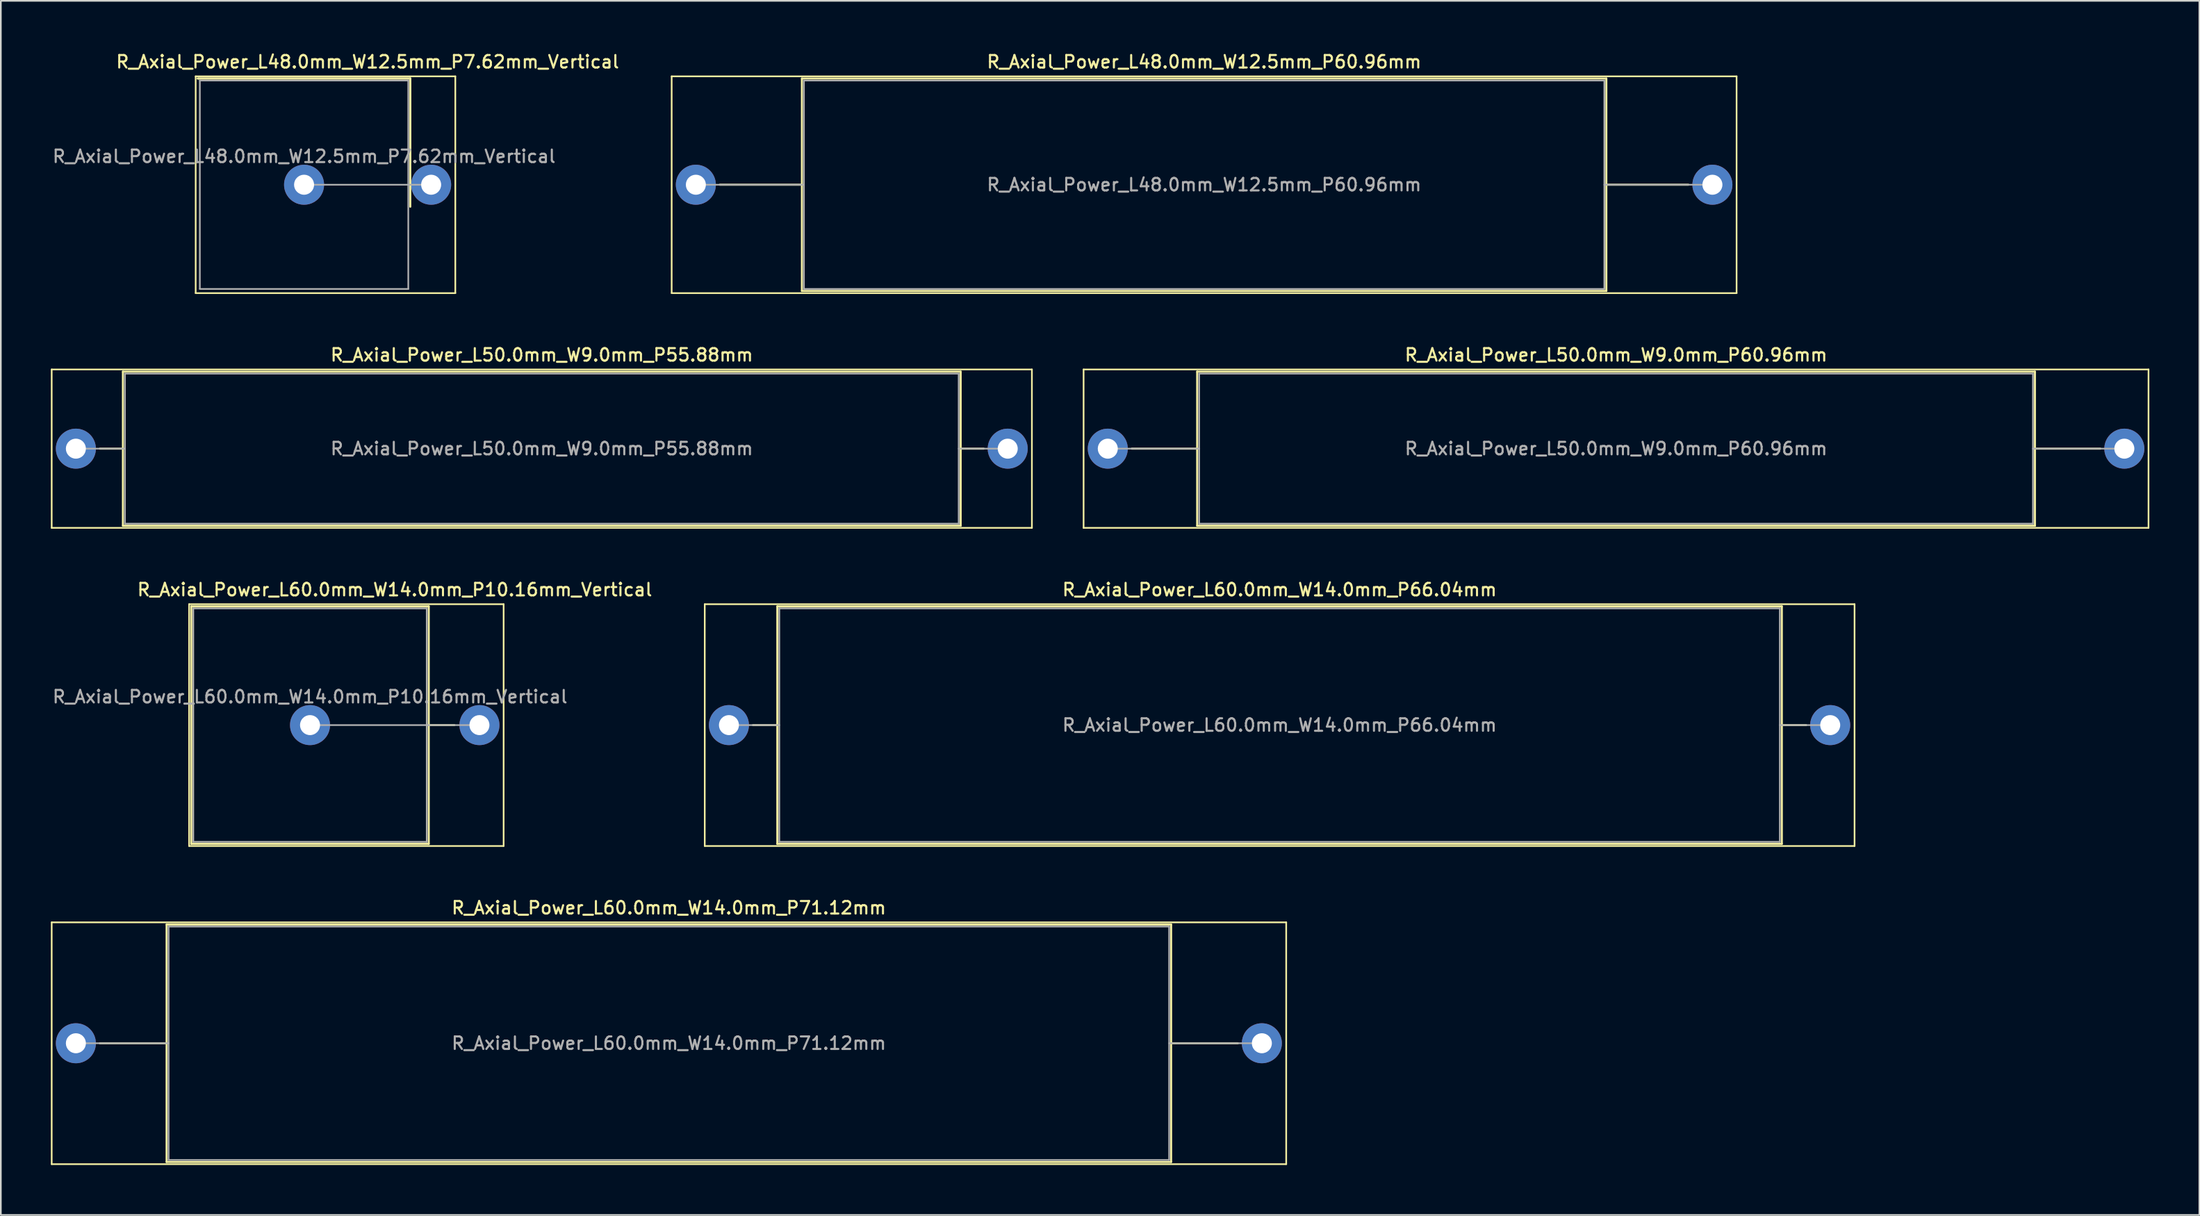
<source format=kicad_pcb>
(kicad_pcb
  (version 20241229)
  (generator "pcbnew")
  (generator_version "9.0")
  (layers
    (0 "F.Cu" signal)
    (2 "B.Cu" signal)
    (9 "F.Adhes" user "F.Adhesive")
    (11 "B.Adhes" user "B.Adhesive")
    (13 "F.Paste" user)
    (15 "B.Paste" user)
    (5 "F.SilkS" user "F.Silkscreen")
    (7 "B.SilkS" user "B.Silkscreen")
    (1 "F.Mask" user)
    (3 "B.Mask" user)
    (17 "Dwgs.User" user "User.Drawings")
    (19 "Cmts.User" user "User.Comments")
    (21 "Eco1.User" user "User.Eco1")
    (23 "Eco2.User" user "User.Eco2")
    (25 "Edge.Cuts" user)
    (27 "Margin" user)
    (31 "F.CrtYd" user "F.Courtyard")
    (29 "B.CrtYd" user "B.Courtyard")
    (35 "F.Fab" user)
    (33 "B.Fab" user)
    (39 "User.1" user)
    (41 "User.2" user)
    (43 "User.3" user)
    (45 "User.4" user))
  (footprint "R_Axial_Power_L60.0mm_W14.0mm_P10.16mm_Vertical"
    (layer "F.Cu")
    (at 15.541 40.434)
    (property "Reference" "R_Axial_Power_L60.0mm_W14.0mm_P10.16mm_Vertical" (at 5.08 -8.12 0) (layer "F.SilkS") (effects (font (size 0.75 0.75) (thickness 0.125))))
    (attr through_hole)
    (fp_line (start -7.25 -7.25) (end -7.25 7.25) (stroke (width 0.1) (type solid)) (layer "F.SilkS"))
    (fp_line (start -7.25 7.25) (end 11.61 7.25) (stroke (width 0.1) (type solid)) (layer "F.SilkS"))
    (fp_line (start -7.12 -7.12) (end -7.12 7.12) (stroke (width 0.12) (type solid)) (layer "F.SilkS"))
    (fp_line (start -7.12 7.12) (end 7.12 7.12) (stroke (width 0.12) (type solid)) (layer "F.SilkS"))
    (fp_line (start 7.12 -7.12) (end -7.12 -7.12) (stroke (width 0.12) (type solid)) (layer "F.SilkS"))
    (fp_line (start 7.12 0) (end 8.66 0) (stroke (width 0.12) (type solid)) (layer "F.SilkS"))
    (fp_line (start 7.12 7.12) (end 7.12 -7.12) (stroke (width 0.12) (type solid)) (layer "F.SilkS"))
    (fp_line (start 11.61 -7.25) (end -7.25 -7.25) (stroke (width 0.1) (type solid)) (layer "F.SilkS"))
    (fp_line (start 11.61 7.25) (end 11.61 -7.25) (stroke (width 0.1) (type solid)) (layer "F.SilkS"))
    (fp_line (start -7 -7) (end -7 7) (stroke (width 0.1) (type solid)) (layer "F.Fab"))
    (fp_line (start -7 7) (end 7 7) (stroke (width 0.1) (type solid)) (layer "F.Fab"))
    (fp_line (start 0 0) (end 10.16 0) (stroke (width 0.1) (type solid)) (layer "F.Fab"))
    (fp_line (start 7 -7) (end -7 -7) (stroke (width 0.1) (type solid)) (layer "F.Fab"))
    (fp_line (start 7 7) (end 7 -7) (stroke (width 0.1) (type solid)) (layer "F.Fab"))
    (fp_text user "${REFERENCE}" (at 0 -1.7 0) (layer "F.Fab") (effects (font (size 0.75 0.75) (thickness 0.125))))
    (pad "1" thru_hole circle (at 0 0) (size 2.4 2.4) (drill 1.2) (layers "*.Cu" "*.Mask"))
    (pad "2" thru_hole oval (at 10.16 0) (size 2.4 2.4) (drill 1.2) (layers "*.Cu" "*.Mask")))
  (footprint "R_Axial_Power_L60.0mm_W14.0mm_P66.04mm"
    (layer "F.Cu")
    (at 40.662 40.434)
    (property "Reference" "R_Axial_Power_L60.0mm_W14.0mm_P66.04mm" (at 33.02 -8.12 0) (layer "F.SilkS") (effects (font (size 0.75 0.75) (thickness 0.125))))
    (attr through_hole)
    (fp_line (start -1.45 -7.25) (end -1.45 7.25) (stroke (width 0.1) (type solid)) (layer "F.SilkS"))
    (fp_line (start -1.45 7.25) (end 67.5 7.25) (stroke (width 0.1) (type solid)) (layer "F.SilkS"))
    (fp_line (start 1.44 0) (end 2.9 0) (stroke (width 0.12) (type solid)) (layer "F.SilkS"))
    (fp_line (start 2.9 -7.12) (end 2.9 7.12) (stroke (width 0.12) (type solid)) (layer "F.SilkS"))
    (fp_line (start 2.9 7.12) (end 63.14 7.12) (stroke (width 0.12) (type solid)) (layer "F.SilkS"))
    (fp_line (start 63.14 -7.12) (end 2.9 -7.12) (stroke (width 0.12) (type solid)) (layer "F.SilkS"))
    (fp_line (start 63.14 7.12) (end 63.14 -7.12) (stroke (width 0.12) (type solid)) (layer "F.SilkS"))
    (fp_line (start 64.6 0) (end 63.14 0) (stroke (width 0.12) (type solid)) (layer "F.SilkS"))
    (fp_line (start 67.5 -7.25) (end -1.45 -7.25) (stroke (width 0.1) (type solid)) (layer "F.SilkS"))
    (fp_line (start 67.5 7.25) (end 67.5 -7.25) (stroke (width 0.1) (type solid)) (layer "F.SilkS"))
    (fp_line (start 0 0) (end 3.02 0) (stroke (width 0.1) (type solid)) (layer "F.Fab"))
    (fp_line (start 3.02 -7) (end 3.02 7) (stroke (width 0.1) (type solid)) (layer "F.Fab"))
    (fp_line (start 3.02 7) (end 63.02 7) (stroke (width 0.1) (type solid)) (layer "F.Fab"))
    (fp_line (start 63.02 -7) (end 3.02 -7) (stroke (width 0.1) (type solid)) (layer "F.Fab"))
    (fp_line (start 63.02 7) (end 63.02 -7) (stroke (width 0.1) (type solid)) (layer "F.Fab"))
    (fp_line (start 66.04 0) (end 63.02 0) (stroke (width 0.1) (type solid)) (layer "F.Fab"))
    (fp_text user "${REFERENCE}" (at 33.02 0 0) (layer "F.Fab") (effects (font (size 0.75 0.75) (thickness 0.125))))
    (pad "1" thru_hole circle (at 0 0) (size 2.4 2.4) (drill 1.2) (layers "*.Cu" "*.Mask"))
    (pad "2" thru_hole oval (at 66.04 0) (size 2.4 2.4) (drill 1.2) (layers "*.Cu" "*.Mask")))
  (footprint "R_Axial_Power_L48.0mm_W12.5mm_P7.62mm_Vertical"
    (layer "F.Cu")
    (at 15.184 8.028)
    (property "Reference" "R_Axial_Power_L48.0mm_W12.5mm_P7.62mm_Vertical" (at 3.81 -7.37 0) (layer "F.SilkS") (effects (font (size 0.75 0.75) (thickness 0.125))))
    (attr through_hole)
    (fp_line (start -6.5 -6.5) (end -6.5 6.5) (stroke (width 0.1) (type solid)) (layer "F.SilkS"))
    (fp_line (start -6.5 6.5) (end 9.07 6.5) (stroke (width 0.1) (type solid)) (layer "F.SilkS"))
    (fp_line (start -6.37 -6.37) (end 6.37 -6.37) (stroke (width 0.12) (type solid)) (layer "F.SilkS"))
    (fp_line (start 6.37 -6.37) (end -6.37 -6.37) (stroke (width 0.12) (type solid)) (layer "F.SilkS"))
    (fp_line (start 6.37 -6.37) (end 6.37 1.32) (stroke (width 0.12) (type solid)) (layer "F.SilkS"))
    (fp_line (start 6.37 -1.32) (end 6.37 -6.37) (stroke (width 0.12) (type solid)) (layer "F.SilkS"))
    (fp_line (start 9.07 -6.5) (end -6.5 -6.5) (stroke (width 0.1) (type solid)) (layer "F.SilkS"))
    (fp_line (start 9.07 6.5) (end 9.07 -6.5) (stroke (width 0.1) (type solid)) (layer "F.SilkS"))
    (fp_line (start -6.25 -6.25) (end -6.25 6.25) (stroke (width 0.1) (type solid)) (layer "F.Fab"))
    (fp_line (start -6.25 6.25) (end 6.25 6.25) (stroke (width 0.1) (type solid)) (layer "F.Fab"))
    (fp_line (start 0 0) (end 7.62 0) (stroke (width 0.1) (type solid)) (layer "F.Fab"))
    (fp_line (start 6.25 -6.25) (end -6.25 -6.25) (stroke (width 0.1) (type solid)) (layer "F.Fab"))
    (fp_line (start 6.25 6.25) (end 6.25 -6.25) (stroke (width 0.1) (type solid)) (layer "F.Fab"))
    (fp_text user "${REFERENCE}" (at 0 -1.7 0) (layer "F.Fab") (effects (font (size 0.75 0.75) (thickness 0.125))))
    (pad "1" thru_hole circle (at 0 0) (size 2.4 2.4) (drill 1.2) (layers "*.Cu" "*.Mask"))
    (pad "2" thru_hole oval (at 7.62 0) (size 2.4 2.4) (drill 1.2) (layers "*.Cu" "*.Mask")))
  (footprint "R_Axial_Power_L48.0mm_W12.5mm_P60.96mm"
    (layer "F.Cu")
    (at 38.678 8.028)
    (property "Reference" "R_Axial_Power_L48.0mm_W12.5mm_P60.96mm" (at 30.48 -7.37 0) (layer "F.SilkS") (effects (font (size 0.75 0.75) (thickness 0.125))))
    (attr through_hole)
    (fp_line (start -1.45 -6.5) (end -1.45 6.5) (stroke (width 0.1) (type solid)) (layer "F.SilkS"))
    (fp_line (start -1.45 6.5) (end 62.41 6.5) (stroke (width 0.1) (type solid)) (layer "F.SilkS"))
    (fp_line (start 1.44 0) (end 6.36 0) (stroke (width 0.12) (type solid)) (layer "F.SilkS"))
    (fp_line (start 6.36 -6.37) (end 6.36 6.37) (stroke (width 0.12) (type solid)) (layer "F.SilkS"))
    (fp_line (start 6.36 6.37) (end 54.6 6.37) (stroke (width 0.12) (type solid)) (layer "F.SilkS"))
    (fp_line (start 54.6 -6.37) (end 6.36 -6.37) (stroke (width 0.12) (type solid)) (layer "F.SilkS"))
    (fp_line (start 54.6 6.37) (end 54.6 -6.37) (stroke (width 0.12) (type solid)) (layer "F.SilkS"))
    (fp_line (start 59.52 0) (end 54.6 0) (stroke (width 0.12) (type solid)) (layer "F.SilkS"))
    (fp_line (start 62.41 -6.5) (end -1.45 -6.5) (stroke (width 0.1) (type solid)) (layer "F.SilkS"))
    (fp_line (start 62.41 6.5) (end 62.41 -6.5) (stroke (width 0.1) (type solid)) (layer "F.SilkS"))
    (fp_line (start 0 0) (end 6.48 0) (stroke (width 0.1) (type solid)) (layer "F.Fab"))
    (fp_line (start 6.48 -6.25) (end 6.48 6.25) (stroke (width 0.1) (type solid)) (layer "F.Fab"))
    (fp_line (start 6.48 6.25) (end 54.48 6.25) (stroke (width 0.1) (type solid)) (layer "F.Fab"))
    (fp_line (start 54.48 -6.25) (end 6.48 -6.25) (stroke (width 0.1) (type solid)) (layer "F.Fab"))
    (fp_line (start 54.48 6.25) (end 54.48 -6.25) (stroke (width 0.1) (type solid)) (layer "F.Fab"))
    (fp_line (start 60.96 0) (end 54.48 0) (stroke (width 0.1) (type solid)) (layer "F.Fab"))
    (fp_text user "${REFERENCE}" (at 30.48 0 0) (layer "F.Fab") (effects (font (size 0.75 0.75) (thickness 0.125))))
    (pad "1" thru_hole circle (at 0 0) (size 2.4 2.4) (drill 1.2) (layers "*.Cu" "*.Mask"))
    (pad "2" thru_hole oval (at 60.96 0) (size 2.4 2.4) (drill 1.2) (layers "*.Cu" "*.Mask")))
  (footprint "R_Axial_Power_L50.0mm_W9.0mm_P60.96mm"
    (layer "F.Cu")
    (at 63.38 23.856)
    (property "Reference" "R_Axial_Power_L50.0mm_W9.0mm_P60.96mm" (at 30.48 -5.62 0) (layer "F.SilkS") (effects (font (size 0.75 0.75) (thickness 0.125))))
    (attr through_hole)
    (fp_line (start -1.45 -4.75) (end -1.45 4.75) (stroke (width 0.1) (type solid)) (layer "F.SilkS"))
    (fp_line (start -1.45 4.75) (end 62.41 4.75) (stroke (width 0.1) (type solid)) (layer "F.SilkS"))
    (fp_line (start 1.44 0) (end 5.36 0) (stroke (width 0.12) (type solid)) (layer "F.SilkS"))
    (fp_line (start 5.36 -4.62) (end 5.36 4.62) (stroke (width 0.12) (type solid)) (layer "F.SilkS"))
    (fp_line (start 5.36 4.62) (end 55.6 4.62) (stroke (width 0.12) (type solid)) (layer "F.SilkS"))
    (fp_line (start 55.6 -4.62) (end 5.36 -4.62) (stroke (width 0.12) (type solid)) (layer "F.SilkS"))
    (fp_line (start 55.6 4.62) (end 55.6 -4.62) (stroke (width 0.12) (type solid)) (layer "F.SilkS"))
    (fp_line (start 59.52 0) (end 55.6 0) (stroke (width 0.12) (type solid)) (layer "F.SilkS"))
    (fp_line (start 62.41 -4.75) (end -1.45 -4.75) (stroke (width 0.1) (type solid)) (layer "F.SilkS"))
    (fp_line (start 62.41 4.75) (end 62.41 -4.75) (stroke (width 0.1) (type solid)) (layer "F.SilkS"))
    (fp_line (start 0 0) (end 5.48 0) (stroke (width 0.1) (type solid)) (layer "F.Fab"))
    (fp_line (start 5.48 -4.5) (end 5.48 4.5) (stroke (width 0.1) (type solid)) (layer "F.Fab"))
    (fp_line (start 5.48 4.5) (end 55.48 4.5) (stroke (width 0.1) (type solid)) (layer "F.Fab"))
    (fp_line (start 55.48 -4.5) (end 5.48 -4.5) (stroke (width 0.1) (type solid)) (layer "F.Fab"))
    (fp_line (start 55.48 4.5) (end 55.48 -4.5) (stroke (width 0.1) (type solid)) (layer "F.Fab"))
    (fp_line (start 60.96 0) (end 55.48 0) (stroke (width 0.1) (type solid)) (layer "F.Fab"))
    (fp_text user "${REFERENCE}" (at 30.48 0 0) (layer "F.Fab") (effects (font (size 0.75 0.75) (thickness 0.125))))
    (pad "1" thru_hole circle (at 0 0) (size 2.4 2.4) (drill 1.2) (layers "*.Cu" "*.Mask"))
    (pad "2" thru_hole oval (at 60.96 0) (size 2.4 2.4) (drill 1.2) (layers "*.Cu" "*.Mask")))
  (footprint "R_Axial_Power_L50.0mm_W9.0mm_P55.88mm"
    (layer "F.Cu")
    (at 1.5 23.856)
    (property "Reference" "R_Axial_Power_L50.0mm_W9.0mm_P55.88mm" (at 27.94 -5.62 0) (layer "F.SilkS") (effects (font (size 0.75 0.75) (thickness 0.125))))
    (attr through_hole)
    (fp_line (start -1.45 -4.75) (end -1.45 4.75) (stroke (width 0.1) (type solid)) (layer "F.SilkS"))
    (fp_line (start -1.45 4.75) (end 57.33 4.75) (stroke (width 0.1) (type solid)) (layer "F.SilkS"))
    (fp_line (start 1.44 0) (end 2.82 0) (stroke (width 0.12) (type solid)) (layer "F.SilkS"))
    (fp_line (start 2.82 -4.62) (end 2.82 4.62) (stroke (width 0.12) (type solid)) (layer "F.SilkS"))
    (fp_line (start 2.82 4.62) (end 53.06 4.62) (stroke (width 0.12) (type solid)) (layer "F.SilkS"))
    (fp_line (start 53.06 -4.62) (end 2.82 -4.62) (stroke (width 0.12) (type solid)) (layer "F.SilkS"))
    (fp_line (start 53.06 4.62) (end 53.06 -4.62) (stroke (width 0.12) (type solid)) (layer "F.SilkS"))
    (fp_line (start 54.44 0) (end 53.06 0) (stroke (width 0.12) (type solid)) (layer "F.SilkS"))
    (fp_line (start 57.33 -4.75) (end -1.45 -4.75) (stroke (width 0.1) (type solid)) (layer "F.SilkS"))
    (fp_line (start 57.33 4.75) (end 57.33 -4.75) (stroke (width 0.1) (type solid)) (layer "F.SilkS"))
    (fp_line (start 0 0) (end 2.94 0) (stroke (width 0.1) (type solid)) (layer "F.Fab"))
    (fp_line (start 2.94 -4.5) (end 2.94 4.5) (stroke (width 0.1) (type solid)) (layer "F.Fab"))
    (fp_line (start 2.94 4.5) (end 52.94 4.5) (stroke (width 0.1) (type solid)) (layer "F.Fab"))
    (fp_line (start 52.94 -4.5) (end 2.94 -4.5) (stroke (width 0.1) (type solid)) (layer "F.Fab"))
    (fp_line (start 52.94 4.5) (end 52.94 -4.5) (stroke (width 0.1) (type solid)) (layer "F.Fab"))
    (fp_line (start 55.88 0) (end 52.94 0) (stroke (width 0.1) (type solid)) (layer "F.Fab"))
    (fp_text user "${REFERENCE}" (at 27.94 0 0) (layer "F.Fab") (effects (font (size 0.75 0.75) (thickness 0.125))))
    (pad "1" thru_hole circle (at 0 0) (size 2.4 2.4) (drill 1.2) (layers "*.Cu" "*.Mask"))
    (pad "2" thru_hole oval (at 55.88 0) (size 2.4 2.4) (drill 1.2) (layers "*.Cu" "*.Mask")))
  (footprint "R_Axial_Power_L60.0mm_W14.0mm_P71.12mm"
    (layer "F.Cu")
    (at 1.5 59.513)
    (property "Reference" "R_Axial_Power_L60.0mm_W14.0mm_P71.12mm" (at 35.56 -8.12 0) (layer "F.SilkS") (effects (font (size 0.75 0.75) (thickness 0.125))))
    (attr through_hole)
    (fp_line (start -1.45 -7.25) (end -1.45 7.25) (stroke (width 0.1) (type solid)) (layer "F.SilkS"))
    (fp_line (start -1.45 7.25) (end 72.58 7.25) (stroke (width 0.1) (type solid)) (layer "F.SilkS"))
    (fp_line (start 1.44 0) (end 5.44 0) (stroke (width 0.12) (type solid)) (layer "F.SilkS"))
    (fp_line (start 5.44 -7.12) (end 5.44 7.12) (stroke (width 0.12) (type solid)) (layer "F.SilkS"))
    (fp_line (start 5.44 7.12) (end 65.68 7.12) (stroke (width 0.12) (type solid)) (layer "F.SilkS"))
    (fp_line (start 65.68 -7.12) (end 5.44 -7.12) (stroke (width 0.12) (type solid)) (layer "F.SilkS"))
    (fp_line (start 65.68 7.12) (end 65.68 -7.12) (stroke (width 0.12) (type solid)) (layer "F.SilkS"))
    (fp_line (start 69.68 0) (end 65.68 0) (stroke (width 0.12) (type solid)) (layer "F.SilkS"))
    (fp_line (start 72.58 -7.25) (end -1.45 -7.25) (stroke (width 0.1) (type solid)) (layer "F.SilkS"))
    (fp_line (start 72.58 7.25) (end 72.58 -7.25) (stroke (width 0.1) (type solid)) (layer "F.SilkS"))
    (fp_line (start 0 0) (end 5.56 0) (stroke (width 0.1) (type solid)) (layer "F.Fab"))
    (fp_line (start 5.56 -7) (end 5.56 7) (stroke (width 0.1) (type solid)) (layer "F.Fab"))
    (fp_line (start 5.56 7) (end 65.56 7) (stroke (width 0.1) (type solid)) (layer "F.Fab"))
    (fp_line (start 65.56 -7) (end 5.56 -7) (stroke (width 0.1) (type solid)) (layer "F.Fab"))
    (fp_line (start 65.56 7) (end 65.56 -7) (stroke (width 0.1) (type solid)) (layer "F.Fab"))
    (fp_line (start 71.12 0) (end 65.56 0) (stroke (width 0.1) (type solid)) (layer "F.Fab"))
    (fp_text user "${REFERENCE}" (at 35.56 0 0) (layer "F.Fab") (effects (font (size 0.75 0.75) (thickness 0.125))))
    (pad "1" thru_hole circle (at 0 0) (size 2.4 2.4) (drill 1.2) (layers "*.Cu" "*.Mask"))
    (pad "2" thru_hole oval (at 71.12 0) (size 2.4 2.4) (drill 1.2) (layers "*.Cu" "*.Mask")))
  (gr_rect
    (start -3 -3)
    (end 128.84 69.812)
    (stroke (width 0.1) (type default))
    (fill no)
    (layer "Edge.Cuts")))
</source>
